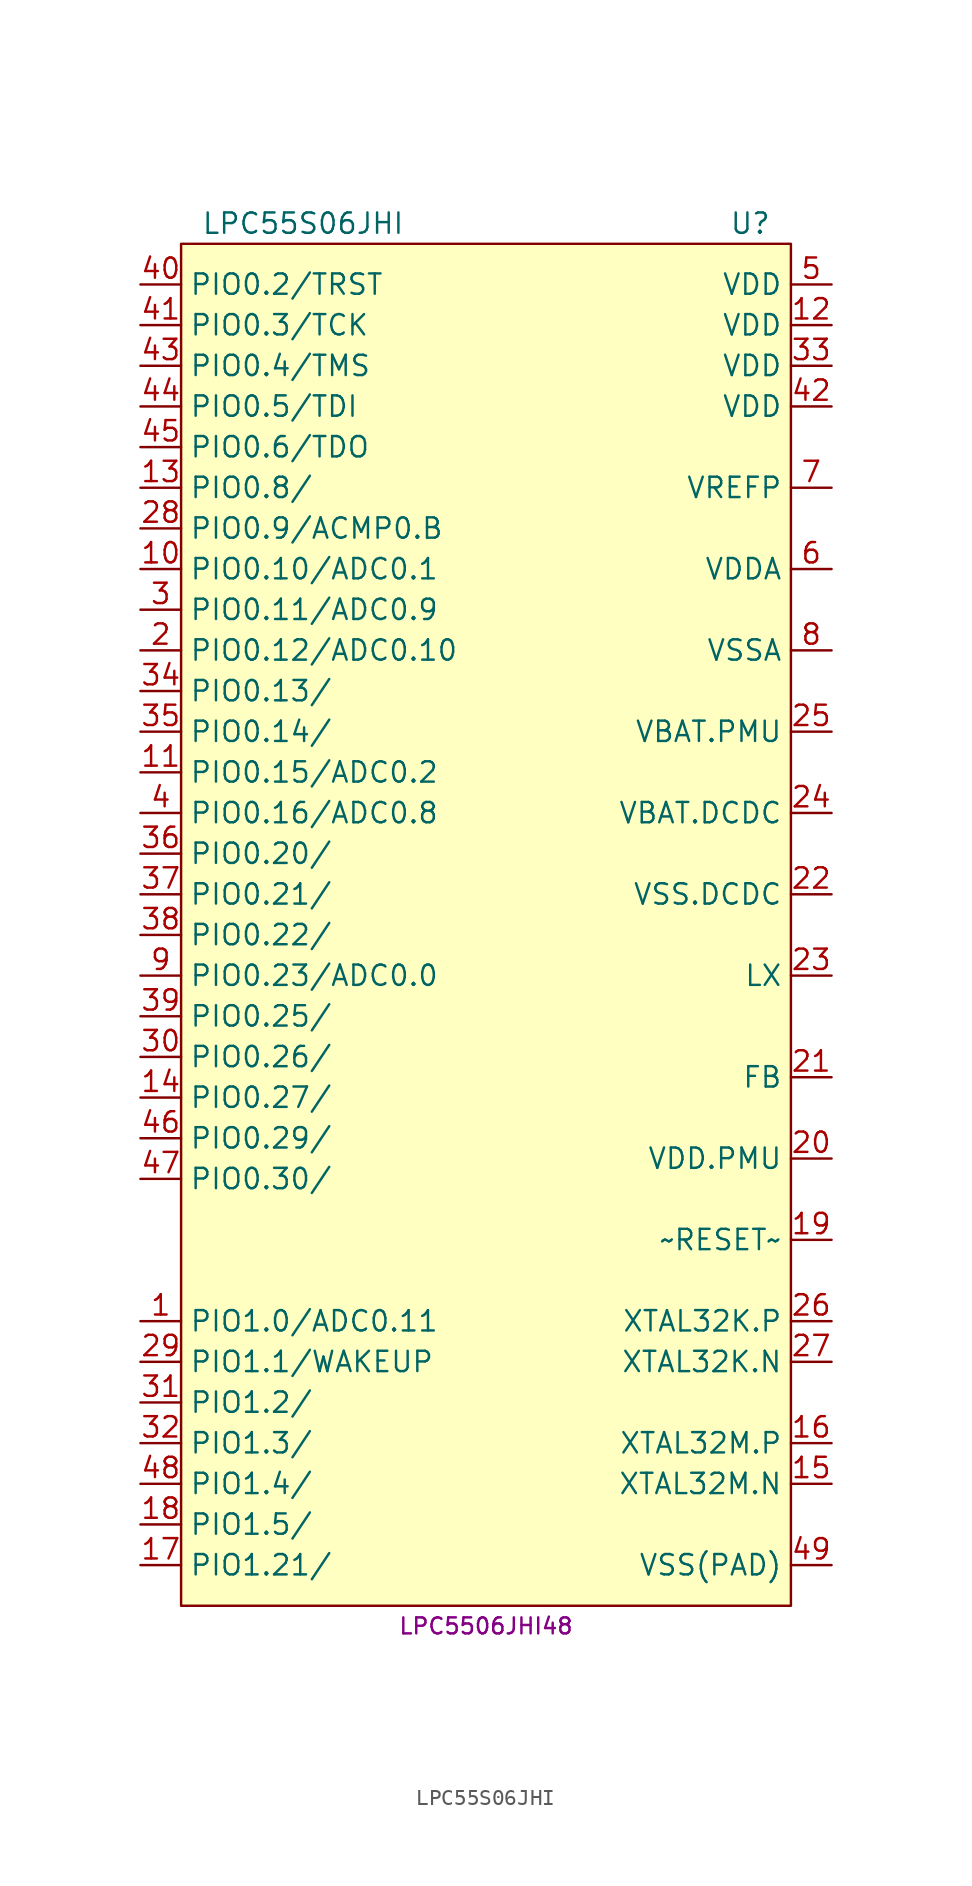
<source format=kicad_sym>
(kicad_symbol_lib
  (version 20231120)
  (generator "kicad_symbol_editor")
  (generator_version "8.0")
  (symbol "LPC55S06JHI"
    (property "Reference" "U"
      (at 16.51 39.37 0)
      (effects (font (size 1.27 1.27))))
    (property "Value" "LPC55S06JHI"
      (at -11.43 39.37 0)
      (effects (font (size 1.27 1.27))))
    (property "MPN" "LPC5506JHI48"
      (at 0 -48.26 0)
      (effects (font (size 1 1))))
    (symbol "LPC55S06JHI_0_1"
      (rectangle (start -19.05 38.1) (end 19.05 -46.99) (stroke (width 0.152) (type default)) (fill (type background))))
    (symbol "LPC55S06JHI_1_1"
      (pin bidirectional line (at -21.59 -29.21 0) (length 2.54) (name "PIO1.0/ADC0.11" (effects (font (size 1.27 1.27)))) (number "1" (effects (font (size 1.27 1.27)))))
      (pin bidirectional line (at -21.59 17.78 0) (length 2.54) (name "PIO0.10/ADC0.1" (effects (font (size 1.27 1.27)))) (number "10" (effects (font (size 1.27 1.27)))))
      (pin bidirectional line (at -21.59 5.08 0) (length 2.54) (name "PIO0.15/ADC0.2" (effects (font (size 1.27 1.27)))) (number "11" (effects (font (size 1.27 1.27)))))
      (pin power_in line (at 21.59 33.02 180) (length 2.54) (name "VDD" (effects (font (size 1.27 1.27)))) (number "12" (effects (font (size 1.27 1.27)))))
      (pin bidirectional line (at -21.59 22.86 0) (length 2.54) (name "PIO0.8/" (effects (font (size 1.27 1.27)))) (number "13" (effects (font (size 1.27 1.27)))))
      (pin bidirectional line (at -21.59 -15.24 0) (length 2.54) (name "PIO0.27/" (effects (font (size 1.27 1.27)))) (number "14" (effects (font (size 1.27 1.27)))))
      (pin output line (at 21.59 -39.37 180) (length 2.54) (name "XTAL32M.N" (effects (font (size 1.27 1.27)))) (number "15" (effects (font (size 1.27 1.27)))))
      (pin input line (at 21.59 -36.83 180) (length 2.54) (name "XTAL32M.P" (effects (font (size 1.27 1.27)))) (number "16" (effects (font (size 1.27 1.27)))))
      (pin bidirectional line (at -21.59 -44.45 0) (length 2.54) (name "PIO1.21/" (effects (font (size 1.27 1.27)))) (number "17" (effects (font (size 1.27 1.27)))))
      (pin bidirectional line (at -21.59 -41.91 0) (length 2.54) (name "PIO1.5/" (effects (font (size 1.27 1.27)))) (number "18" (effects (font (size 1.27 1.27)))))
      (pin input line (at 21.59 -24.13 180) (length 2.54) (name "~RESET~" (effects (font (size 1.27 1.27)))) (number "19" (effects (font (size 1.27 1.27)))))
      (pin bidirectional line (at -21.59 12.7 0) (length 2.54) (name "PIO0.12/ADC0.10" (effects (font (size 1.27 1.27)))) (number "2" (effects (font (size 1.27 1.27)))))
      (pin power_in line (at 21.59 -19.05 180) (length 2.54) (name "VDD.PMU" (effects (font (size 1.27 1.27)))) (number "20" (effects (font (size 1.27 1.27)))))
      (pin passive line (at 21.59 -13.97 180) (length 2.54) (name "FB" (effects (font (size 1.27 1.27)))) (number "21" (effects (font (size 1.27 1.27)))))
      (pin power_in line (at 21.59 -2.54 180) (length 2.54) (name "VSS.DCDC" (effects (font (size 1.27 1.27)))) (number "22" (effects (font (size 1.27 1.27)))))
      (pin power_out line (at 21.59 -7.62 180) (length 2.54) (name "LX" (effects (font (size 1.27 1.27)))) (number "23" (effects (font (size 1.27 1.27)))))
      (pin power_in line (at 21.59 2.54 180) (length 2.54) (name "VBAT.DCDC" (effects (font (size 1.27 1.27)))) (number "24" (effects (font (size 1.27 1.27)))))
      (pin power_in line (at 21.59 7.62 180) (length 2.54) (name "VBAT.PMU" (effects (font (size 1.27 1.27)))) (number "25" (effects (font (size 1.27 1.27)))))
      (pin input line (at 21.59 -29.21 180) (length 2.54) (name "XTAL32K.P" (effects (font (size 1.27 1.27)))) (number "26" (effects (font (size 1.27 1.27)))))
      (pin output line (at 21.59 -31.75 180) (length 2.54) (name "XTAL32K.N" (effects (font (size 1.27 1.27)))) (number "27" (effects (font (size 1.27 1.27)))))
      (pin bidirectional line (at -21.59 20.32 0) (length 2.54) (name "PIO0.9/ACMP0.B" (effects (font (size 1.27 1.27)))) (number "28" (effects (font (size 1.27 1.27)))))
      (pin bidirectional line (at -21.59 -31.75 0) (length 2.54) (name "PIO1.1/WAKEUP" (effects (font (size 1.27 1.27)))) (number "29" (effects (font (size 1.27 1.27)))))
      (pin bidirectional line (at -21.59 15.24 0) (length 2.54) (name "PIO0.11/ADC0.9" (effects (font (size 1.27 1.27)))) (number "3" (effects (font (size 1.27 1.27)))))
      (pin bidirectional line (at -21.59 -12.7 0) (length 2.54) (name "PIO0.26/" (effects (font (size 1.27 1.27)))) (number "30" (effects (font (size 1.27 1.27)))))
      (pin bidirectional line (at -21.59 -34.29 0) (length 2.54) (name "PIO1.2/" (effects (font (size 1.27 1.27)))) (number "31" (effects (font (size 1.27 1.27)))))
      (pin bidirectional line (at -21.59 -36.83 0) (length 2.54) (name "PIO1.3/" (effects (font (size 1.27 1.27)))) (number "32" (effects (font (size 1.27 1.27)))))
      (pin power_in line (at 21.59 30.48 180) (length 2.54) (name "VDD" (effects (font (size 1.27 1.27)))) (number "33" (effects (font (size 1.27 1.27)))))
      (pin bidirectional line (at -21.59 10.16 0) (length 2.54) (name "PIO0.13/" (effects (font (size 1.27 1.27)))) (number "34" (effects (font (size 1.27 1.27)))))
      (pin bidirectional line (at -21.59 7.62 0) (length 2.54) (name "PIO0.14/" (effects (font (size 1.27 1.27)))) (number "35" (effects (font (size 1.27 1.27)))))
      (pin bidirectional line (at -21.59 0 0) (length 2.54) (name "PIO0.20/" (effects (font (size 1.27 1.27)))) (number "36" (effects (font (size 1.27 1.27)))))
      (pin bidirectional line (at -21.59 -2.54 0) (length 2.54) (name "PIO0.21/" (effects (font (size 1.27 1.27)))) (number "37" (effects (font (size 1.27 1.27)))))
      (pin bidirectional line (at -21.59 -5.08 0) (length 2.54) (name "PIO0.22/" (effects (font (size 1.27 1.27)))) (number "38" (effects (font (size 1.27 1.27)))))
      (pin bidirectional line (at -21.59 -10.16 0) (length 2.54) (name "PIO0.25/" (effects (font (size 1.27 1.27)))) (number "39" (effects (font (size 1.27 1.27)))))
      (pin bidirectional line (at -21.59 2.54 0) (length 2.54) (name "PIO0.16/ADC0.8" (effects (font (size 1.27 1.27)))) (number "4" (effects (font (size 1.27 1.27)))))
      (pin bidirectional line (at -21.59 35.56 0) (length 2.54) (name "PIO0.2/TRST" (effects (font (size 1.27 1.27)))) (number "40" (effects (font (size 1.27 1.27)))))
      (pin bidirectional line (at -21.59 33.02 0) (length 2.54) (name "PIO0.3/TCK" (effects (font (size 1.27 1.27)))) (number "41" (effects (font (size 1.27 1.27)))))
      (pin power_in line (at 21.59 27.94 180) (length 2.54) (name "VDD" (effects (font (size 1.27 1.27)))) (number "42" (effects (font (size 1.27 1.27)))))
      (pin bidirectional line (at -21.59 30.48 0) (length 2.54) (name "PIO0.4/TMS" (effects (font (size 1.27 1.27)))) (number "43" (effects (font (size 1.27 1.27)))))
      (pin bidirectional line (at -21.59 27.94 0) (length 2.54) (name "PIO0.5/TDI" (effects (font (size 1.27 1.27)))) (number "44" (effects (font (size 1.27 1.27)))))
      (pin bidirectional line (at -21.59 25.4 0) (length 2.54) (name "PIO0.6/TDO" (effects (font (size 1.27 1.27)))) (number "45" (effects (font (size 1.27 1.27)))))
      (pin bidirectional line (at -21.59 -17.78 0) (length 2.54) (name "PIO0.29/" (effects (font (size 1.27 1.27)))) (number "46" (effects (font (size 1.27 1.27)))))
      (pin bidirectional line (at -21.59 -20.32 0) (length 2.54) (name "PIO0.30/" (effects (font (size 1.27 1.27)))) (number "47" (effects (font (size 1.27 1.27)))))
      (pin bidirectional line (at -21.59 -39.37 0) (length 2.54) (name "PIO1.4/" (effects (font (size 1.27 1.27)))) (number "48" (effects (font (size 1.27 1.27)))))
      (pin passive line (at 21.59 -44.45 180) (length 2.54) (name "VSS(PAD)" (effects (font (size 1.27 1.27)))) (number "49" (effects (font (size 1.27 1.27)))))
      (pin power_in line (at 21.59 35.56 180) (length 2.54) (name "VDD" (effects (font (size 1.27 1.27)))) (number "5" (effects (font (size 1.27 1.27)))))
      (pin power_in line (at 21.59 17.78 180) (length 2.54) (name "VDDA" (effects (font (size 1.27 1.27)))) (number "6" (effects (font (size 1.27 1.27)))))
      (pin passive line (at 21.59 22.86 180) (length 2.54) (name "VREFP" (effects (font (size 1.27 1.27)))) (number "7" (effects (font (size 1.27 1.27)))))
      (pin power_in line (at 21.59 12.7 180) (length 2.54) (name "VSSA" (effects (font (size 1.27 1.27)))) (number "8" (effects (font (size 1.27 1.27)))))
      (pin bidirectional line (at -21.59 -7.62 0) (length 2.54) (name "PIO0.23/ADC0.0" (effects (font (size 1.27 1.27)))) (number "9" (effects (font (size 1.27 1.27))))))))
</source>
